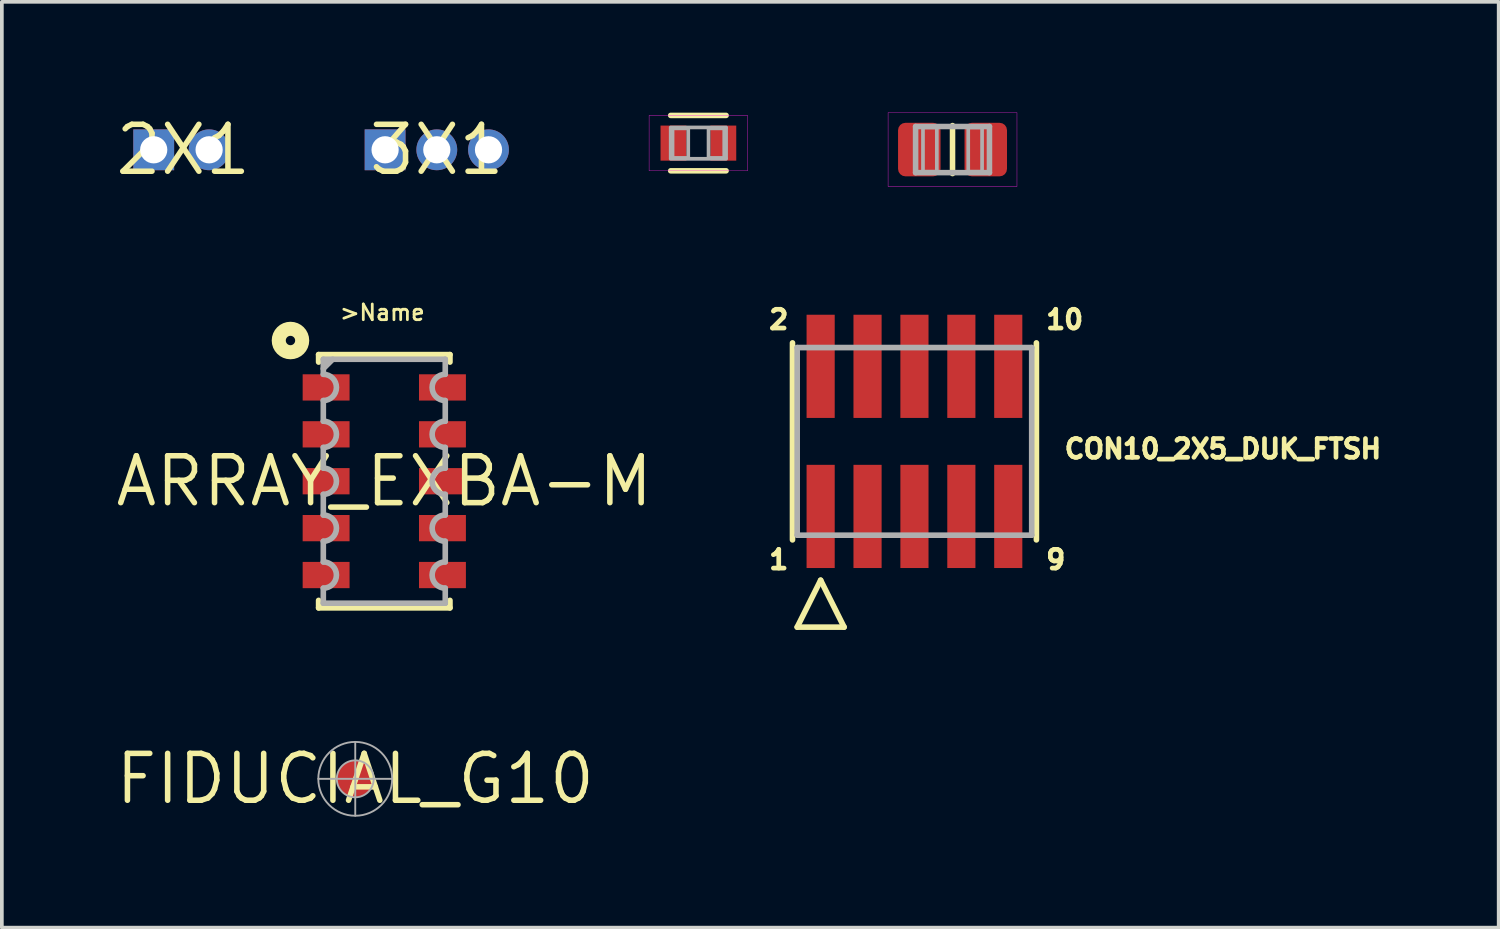
<source format=kicad_pcb>
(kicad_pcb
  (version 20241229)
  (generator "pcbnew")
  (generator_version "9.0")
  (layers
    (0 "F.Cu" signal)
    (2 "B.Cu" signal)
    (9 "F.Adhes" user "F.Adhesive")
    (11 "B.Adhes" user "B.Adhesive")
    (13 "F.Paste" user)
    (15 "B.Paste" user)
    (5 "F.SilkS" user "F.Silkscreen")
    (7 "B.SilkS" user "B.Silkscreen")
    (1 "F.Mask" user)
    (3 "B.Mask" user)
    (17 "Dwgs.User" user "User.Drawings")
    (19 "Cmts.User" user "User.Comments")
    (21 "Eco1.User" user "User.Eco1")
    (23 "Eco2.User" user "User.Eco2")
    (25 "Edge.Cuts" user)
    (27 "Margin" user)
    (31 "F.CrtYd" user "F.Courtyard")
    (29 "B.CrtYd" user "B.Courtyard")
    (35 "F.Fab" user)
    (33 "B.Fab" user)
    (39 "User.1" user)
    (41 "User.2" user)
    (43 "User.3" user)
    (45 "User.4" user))
  (footprint ".0805-B"
    (layer "F.Cu")
    (at 22.741 1)
    (property "Reference" ".0805-B" (at 0 0 0) (layer "F.Mask") (effects (font (size 0.34 0.34) (thickness 0.06))))
    (fp_line (start -1 -0.625) (end 1 -0.625) (stroke (width 0.15) (type solid)) (layer "F.Mask"))
    (fp_line (start -1 0.625) (end -1 -0.625) (stroke (width 0.15) (type solid)) (layer "F.Mask"))
    (fp_line (start 1 -0.625) (end 1 0.625) (stroke (width 0.15) (type solid)) (layer "F.Mask"))
    (fp_line (start 1 0.625) (end -1 0.625) (stroke (width 0.15) (type solid)) (layer "F.Mask"))
    (fp_poly (pts (xy -0.26 0.79) (xy -1.54 0.79) (xy -1.54 -0.79) (xy -0.26 -0.79)) (stroke (width 0.1) (type solid)) (fill no) (layer "F.Mask"))
    (fp_poly (pts (xy 1.54 0.79) (xy 0.26 0.79) (xy 0.26 -0.79) (xy 1.54 -0.79)) (stroke (width 0.1) (type solid)) (fill no) (layer "F.Mask"))
    (fp_line (start 0 -0.65) (end 0 0.65) (stroke (width 0.15) (type solid)) (layer "F.SilkS"))
    (fp_line (start -1.745 -0.995) (end -1.745 0.995) (stroke (width 0.01) (type solid)) (layer "F.CrtYd"))
    (fp_line (start -1.745 0.995) (end 1.745 0.995) (stroke (width 0.01) (type solid)) (layer "F.CrtYd"))
    (fp_line (start 1.745 -0.995) (end -1.745 -0.995) (stroke (width 0.01) (type solid)) (layer "F.CrtYd"))
    (fp_line (start 1.745 0.995) (end 1.745 -0.995) (stroke (width 0.01) (type solid)) (layer "F.CrtYd"))
    (fp_line (start -1 -0.625) (end 1 -0.625) (stroke (width 0.15) (type solid)) (layer "F.Fab"))
    (fp_line (start -1 0.625) (end -1 -0.625) (stroke (width 0.15) (type solid)) (layer "F.Fab"))
    (fp_line (start 1 -0.625) (end 1 0.625) (stroke (width 0.15) (type solid)) (layer "F.Fab"))
    (fp_line (start 1 0.625) (end -1 0.625) (stroke (width 0.15) (type solid)) (layer "F.Fab"))
    (fp_poly (pts (xy -0.8 0.6) (xy -0.425 0.6) (xy -0.425 -0.6) (xy -0.8 -0.6)) (stroke (width 0.1) (type solid)) (fill no) (layer "F.Fab"))
    (fp_poly (pts (xy 0.425 0.6) (xy 0.8 0.6) (xy 0.8 -0.6) (xy 0.425 -0.6)) (stroke (width 0.1) (type solid)) (fill no) (layer "F.Fab"))
    (pad "1" smd roundrect (at -0.9 0) (size 1.15 1.45) (layers "F.Cu" "F.Paste") (roundrect_rratio 0.175))
    (pad "2" smd roundrect (at 0.9 0) (size 1.15 1.45) (layers "F.Cu" "F.Paste") (roundrect_rratio 0.175)))
  (footprint "FIDUCIAL_G10"
    (layer "F.Cu")
    (at 6.569 18.038)
    (property "Reference" "FIDUCIAL_G10" (at 0 0 0) (layer "F.SilkS") (effects (font (size 1.27 1.27) (thickness 0.15))))
    (fp_circle (center 0 0) (end 0.25 0) (stroke (width 0.5) (type solid)) (fill no) (layer "F.Cu"))
    (fp_circle (center 0 0) (end 0.515 0) (stroke (width 1.031) (type solid)) (fill no) (layer "F.Mask"))
    (fp_line (start -1 0) (end 1 0) (stroke (width 0.051) (type solid)) (layer "F.Fab"))
    (fp_line (start 0 -1) (end 0 1) (stroke (width 0.051) (type solid)) (layer "F.Fab"))
    (fp_circle (center 0 0) (end 0.5 0) (stroke (width 0.051) (type solid)) (fill no) (layer "F.Fab"))
    (fp_circle (center 0 0) (end 1 0) (stroke (width 0.051) (type solid)) (fill no) (layer "F.Fab"))
    (zone (net_name "") (layer "F.Cu") (hatch edge 0.508) (connect_pads) (min_thickness 0.254) (filled_areas_thickness no) (keepout (tracks not_allowed) (vias not_allowed) (pads not_allowed) (copperpour not_allowed) (footprints allowed)) (placement (enabled no)) (fill) (polygon (pts (xy 7.359 18.038) (xy 7.347 17.9) (xy 7.312 17.767) (xy 7.254 17.642) (xy 7.175 17.529) (xy 7.077 17.432) (xy 6.964 17.353) (xy 6.839 17.295) (xy 6.706 17.259) (xy 6.569 17.247) (xy 6.432 17.259) (xy 6.299 17.295) (xy 6.174 17.353) (xy 6.061 17.432) (xy 5.963 17.529) (xy 5.884 17.642) (xy 5.826 17.767) (xy 5.79 17.9) (xy 5.778 18.038) (xy 5.79 18.175) (xy 5.826 18.308) (xy 5.884 18.433) (xy 5.963 18.546) (xy 6.061 18.643) (xy 6.174 18.722) (xy 6.299 18.78) (xy 6.432 18.816) (xy 6.569 18.828) (xy 6.706 18.816) (xy 6.839 18.78) (xy 6.964 18.722) (xy 7.077 18.643) (xy 7.175 18.546) (xy 7.254 18.433) (xy 7.312 18.308) (xy 7.347 18.175)))))
  (footprint "CON10_2X5_DUK_FTSH"
    (layer "F.Cu")
    (at 21.71 8.901)
    (property "Reference" "CON10_2X5_DUK_FTSH" (at 4 0.5 0) (layer "F.SilkS") (effects (font (size 0.508 0.508) (thickness 0.127)) (justify left bottom)))
    (fp_line (start -3.302 -2.667) (end -3.302 2.667) (stroke (width 0.152) (type solid)) (layer "F.SilkS"))
    (fp_line (start -3.175 5.029) (end -1.905 5.029) (stroke (width 0.152) (type solid)) (layer "F.SilkS"))
    (fp_line (start -2.54 3.759) (end -3.175 5.029) (stroke (width 0.152) (type solid)) (layer "F.SilkS"))
    (fp_line (start -1.905 5.029) (end -2.54 3.759) (stroke (width 0.152) (type solid)) (layer "F.SilkS"))
    (fp_line (start 3.302 2.667) (end 3.302 -2.667) (stroke (width 0.152) (type solid)) (layer "F.SilkS"))
    (fp_line (start -3.175 -2.54) (end -3.175 2.54) (stroke (width 0.152) (type solid)) (layer "F.Fab"))
    (fp_line (start -3.175 2.54) (end 3.175 2.54) (stroke (width 0.152) (type solid)) (layer "F.Fab"))
    (fp_line (start 3.175 -2.54) (end -3.175 -2.54) (stroke (width 0.152) (type solid)) (layer "F.Fab"))
    (fp_line (start 3.175 2.54) (end 3.175 -2.54) (stroke (width 0.152) (type solid)) (layer "F.Fab"))
    (fp_text user "10" (at 3.5 -3 0) (layer "F.SilkS") (effects (font (size 0.508 0.508) (thickness 0.127)) (justify left bottom)))
    (fp_text user "1" (at -4 3.5 0) (layer "F.SilkS") (effects (font (size 0.508 0.508) (thickness 0.127)) (justify left bottom)))
    (fp_text user "9" (at 3.5 3.5 0) (layer "F.SilkS") (effects (font (size 0.508 0.508) (thickness 0.127)) (justify left bottom)))
    (fp_text user "2" (at -4 -3 0) (layer "F.SilkS") (effects (font (size 0.508 0.508) (thickness 0.127)) (justify left bottom)))
    (pad "1" smd rect (at -2.54 2.032) (size 0.762 2.794) (layers "F.Cu" "F.Mask" "F.Paste"))
    (pad "2" smd rect (at -2.54 -2.032) (size 0.762 2.794) (layers "F.Cu" "F.Mask" "F.Paste"))
    (pad "3" smd rect (at -1.27 2.032) (size 0.762 2.794) (layers "F.Cu" "F.Mask" "F.Paste"))
    (pad "4" smd rect (at -1.27 -2.032) (size 0.762 2.794) (layers "F.Cu" "F.Mask" "F.Paste"))
    (pad "5" smd rect (at 0 2.032) (size 0.762 2.794) (layers "F.Cu" "F.Mask" "F.Paste"))
    (pad "6" smd rect (at 0 -2.032) (size 0.762 2.794) (layers "F.Cu" "F.Mask" "F.Paste"))
    (pad "7" smd rect (at 1.27 2.032) (size 0.762 2.794) (layers "F.Cu" "F.Mask" "F.Paste"))
    (pad "8" smd rect (at 1.27 -2.032) (size 0.762 2.794) (layers "F.Cu" "F.Mask" "F.Paste"))
    (pad "9" smd rect (at 2.54 2.032) (size 0.762 2.794) (layers "F.Cu" "F.Mask" "F.Paste"))
    (pad "10" smd rect (at 2.54 -2.032) (size 0.762 2.794) (layers "F.Cu" "F.Mask" "F.Paste")))
  (footprint "2X1"
    (layer "F.Cu")
    (at 1.912 1.006)
    (property "Reference" "2X1" (at 0 0 0) (layer "F.SilkS") (effects (font (size 1.27 1.27) (thickness 0.15))))
    (pad "P$1" thru_hole rect (at -0.8 0) (size 1.105 1.105) (drill 0.737) (layers "*.Cu" "*.Mask"))
    (pad "P$2" thru_hole circle (at 0.7 0) (size 1.105 1.105) (drill 0.737) (layers "*.Cu" "*.Mask")))
  (footprint "3X1"
    (layer "F.Cu")
    (at 8.777 1.006)
    (property "Reference" "3X1" (at 0 0 0) (layer "F.SilkS") (effects (font (size 1.27 1.27) (thickness 0.15))))
    (pad "P$1" thru_hole rect (at -1.4 0) (size 1.105 1.105) (drill 0.737) (layers "*.Cu" "*.Mask"))
    (pad "P$2" thru_hole circle (at 0 0) (size 1.105 1.105) (drill 0.737) (layers "*.Cu" "*.Mask"))
    (pad "P$3" thru_hole circle (at 1.4 0) (size 1.105 1.105) (drill 0.737) (layers "*.Cu" "*.Mask")))
  (footprint "0603-THERMISTOR-B"
    (layer "F.Cu")
    (at 15.86 0.825)
    (property "Reference" "0603-THERMISTOR-B" (at 0 0 0) (layer "F.Mask") (effects (font (size 0.255 0.255) (thickness 0.045))))
    (fp_line (start -0.762 0.41) (end -0.762 -0.41) (stroke (width 0.075) (type solid)) (layer "F.Mask"))
    (fp_line (start -0.75 -0.425) (end 0.75 -0.425) (stroke (width 0.1) (type solid)) (layer "F.Mask"))
    (fp_line (start 0.75 0.425) (end -0.75 0.425) (stroke (width 0.1) (type solid)) (layer "F.Mask"))
    (fp_line (start 0.762 -0.41) (end 0.762 0.41) (stroke (width 0.075) (type solid)) (layer "F.Mask"))
    (fp_poly (pts (xy -1.09 0.54) (xy -0.26 0.54) (xy -0.26 -0.54) (xy -1.09 -0.54)) (stroke (width 0.1) (type solid)) (fill no) (layer "F.Mask"))
    (fp_poly (pts (xy 0.26 0.54) (xy 1.09 0.54) (xy 1.09 -0.54) (xy 0.26 -0.54)) (stroke (width 0.1) (type solid)) (fill no) (layer "F.Mask"))
    (fp_line (start -0.75 0.75) (end 0.75 0.75) (stroke (width 0.15) (type solid)) (layer "F.SilkS"))
    (fp_line (start 0.75 -0.75) (end -0.75 -0.75) (stroke (width 0.15) (type solid)) (layer "F.SilkS"))
    (fp_line (start -1.335 -0.745) (end -1.335 0.745) (stroke (width 0.01) (type solid)) (layer "F.CrtYd"))
    (fp_line (start -1.335 0.745) (end 1.335 0.745) (stroke (width 0.01) (type solid)) (layer "F.CrtYd"))
    (fp_line (start 1.335 -0.745) (end -1.335 -0.745) (stroke (width 0.01) (type solid)) (layer "F.CrtYd"))
    (fp_line (start 1.335 0.745) (end 1.335 -0.745) (stroke (width 0.01) (type solid)) (layer "F.CrtYd"))
    (fp_line (start -0.762 0.41) (end -0.762 -0.41) (stroke (width 0.075) (type solid)) (layer "F.Fab"))
    (fp_line (start -0.75 -0.425) (end 0.75 -0.425) (stroke (width 0.1) (type solid)) (layer "F.Fab"))
    (fp_line (start 0.75 0.425) (end -0.75 0.425) (stroke (width 0.1) (type solid)) (layer "F.Fab"))
    (fp_line (start 0.762 -0.41) (end 0.762 0.41) (stroke (width 0.075) (type solid)) (layer "F.Fab"))
    (fp_poly (pts (xy -0.7 0.4) (xy -0.275 0.4) (xy -0.275 -0.4) (xy -0.7 -0.4)) (stroke (width 0.1) (type solid)) (fill no) (layer "F.Fab"))
    (fp_poly (pts (xy 0.275 0.4) (xy 0.7 0.4) (xy 0.7 -0.4) (xy 0.275 -0.4)) (stroke (width 0.1) (type solid)) (fill no) (layer "F.Fab"))
    (pad "1" smd rect (at -0.675 0) (size 0.7 0.95) (layers "F.Cu" "F.Paste"))
    (pad "2" smd rect (at 0.675 0) (size 0.7 0.95) (layers "F.Cu" "F.Paste")))
  (footprint "ARRAY_EXBA-M"
    (layer "F.Cu")
    (at 7.355 9.98)
    (property "Reference" "ARRAY_EXBA-M" (at 0 0 0) (layer "F.SilkS") (effects (font (size 1.27 1.27) (thickness 0.15))))
    (fp_line (start -1.778 -3.429) (end 1.778 -3.429) (stroke (width 0.152) (type solid)) (layer "F.SilkS"))
    (fp_line (start -1.778 -3.226) (end -1.778 -3.429) (stroke (width 0.152) (type solid)) (layer "F.SilkS"))
    (fp_line (start -1.778 3.226) (end -1.778 3.429) (stroke (width 0.152) (type solid)) (layer "F.SilkS"))
    (fp_line (start -1.778 3.429) (end 1.778 3.429) (stroke (width 0.152) (type solid)) (layer "F.SilkS"))
    (fp_line (start 1.778 -3.226) (end 1.778 -3.429) (stroke (width 0.152) (type solid)) (layer "F.SilkS"))
    (fp_line (start 1.778 3.226) (end 1.778 3.429) (stroke (width 0.152) (type solid)) (layer "F.SilkS"))
    (fp_circle (center -2.54 -3.81) (end -2.413 -3.81) (stroke (width 0.381) (type solid)) (fill no) (layer "F.SilkS"))
    (fp_line (start -1.651 -3.302) (end 1.651 -3.302) (stroke (width 0.152) (type solid)) (layer "F.Fab"))
    (fp_line (start -1.651 -2.896) (end -1.651 -3.302) (stroke (width 0.152) (type solid)) (layer "F.Fab"))
    (fp_line (start -1.651 -2.184) (end -1.651 -1.626) (stroke (width 0.152) (type solid)) (layer "F.Fab"))
    (fp_line (start -1.651 -0.914) (end -1.651 -0.356) (stroke (width 0.152) (type solid)) (layer "F.Fab"))
    (fp_line (start -1.651 0.356) (end -1.651 0.914) (stroke (width 0.152) (type solid)) (layer "F.Fab"))
    (fp_line (start -1.651 1.626) (end -1.651 2.184) (stroke (width 0.152) (type solid)) (layer "F.Fab"))
    (fp_line (start -1.651 2.896) (end -1.651 3.302) (stroke (width 0.152) (type solid)) (layer "F.Fab"))
    (fp_line (start -1.651 3.302) (end 1.651 3.302) (stroke (width 0.152) (type solid)) (layer "F.Fab"))
    (fp_line (start -1.397 -3.302) (end -1.651 -3.048) (stroke (width 0.152) (type solid)) (layer "F.Fab"))
    (fp_line (start 1.651 -2.896) (end 1.651 -3.302) (stroke (width 0.152) (type solid)) (layer "F.Fab"))
    (fp_line (start 1.651 -2.184) (end 1.651 -1.626) (stroke (width 0.152) (type solid)) (layer "F.Fab"))
    (fp_line (start 1.651 -0.914) (end 1.651 -0.356) (stroke (width 0.152) (type solid)) (layer "F.Fab"))
    (fp_line (start 1.651 0.356) (end 1.651 0.914) (stroke (width 0.152) (type solid)) (layer "F.Fab"))
    (fp_line (start 1.651 1.626) (end 1.651 2.184) (stroke (width 0.152) (type solid)) (layer "F.Fab"))
    (fp_line (start 1.651 2.896) (end 1.651 3.302) (stroke (width 0.152) (type solid)) (layer "F.Fab"))
    (fp_arc (start -1.651 -2.8956) (mid -1.2954 -2.54) (end -1.651 -2.1844) (stroke (width 0.1524) (type solid)) (layer "F.Fab"))
    (fp_arc (start -1.651 -1.6256) (mid -1.2954 -1.27) (end -1.651 -0.9144) (stroke (width 0.1524) (type solid)) (layer "F.Fab"))
    (fp_arc (start -1.651 -0.3556) (mid -1.2954 0) (end -1.651 0.3556) (stroke (width 0.1524) (type solid)) (layer "F.Fab"))
    (fp_arc (start -1.651 0.9144) (mid -1.2954 1.27) (end -1.651 1.6256) (stroke (width 0.1524) (type solid)) (layer "F.Fab"))
    (fp_arc (start -1.651 2.1844) (mid -1.2954 2.54) (end -1.651 2.8956) (stroke (width 0.1524) (type solid)) (layer "F.Fab"))
    (fp_arc (start 1.651 -2.1844) (mid 1.2954 -2.54) (end 1.651 -2.8956) (stroke (width 0.1524) (type solid)) (layer "F.Fab"))
    (fp_arc (start 1.651 -0.9144) (mid 1.2954 -1.27) (end 1.651 -1.6256) (stroke (width 0.1524) (type solid)) (layer "F.Fab"))
    (fp_arc (start 1.651 0.3556) (mid 1.2954 0) (end 1.651 -0.3556) (stroke (width 0.1524) (type solid)) (layer "F.Fab"))
    (fp_arc (start 1.651 1.6256) (mid 1.2954 1.27) (end 1.651 0.9144) (stroke (width 0.1524) (type solid)) (layer "F.Fab"))
    (fp_arc (start 1.651 2.8956) (mid 1.2954 2.54) (end 1.651 2.1844) (stroke (width 0.1524) (type solid)) (layer "F.Fab"))
    (fp_text user ">Name" (at -1.245 -4.318 0) (layer "F.SilkS") (effects (font (size 0.425 0.425) (thickness 0.075)) (justify left bottom)))
    (pad "1" smd rect (at -1.575 -2.54) (size 1.27 0.711) (layers "F.Cu" "F.Mask" "F.Paste"))
    (pad "2" smd rect (at -1.575 -1.27) (size 1.27 0.711) (layers "F.Cu" "F.Mask" "F.Paste"))
    (pad "3" smd rect (at -1.575 0) (size 1.27 0.711) (layers "F.Cu" "F.Mask" "F.Paste"))
    (pad "4" smd rect (at -1.575 1.27) (size 1.27 0.711) (layers "F.Cu" "F.Mask" "F.Paste"))
    (pad "5" smd rect (at -1.575 2.54) (size 1.27 0.711) (layers "F.Cu" "F.Mask" "F.Paste"))
    (pad "6" smd rect (at 1.575 2.54 180) (size 1.27 0.711) (layers "F.Cu" "F.Mask" "F.Paste"))
    (pad "7" smd rect (at 1.575 1.27 180) (size 1.27 0.711) (layers "F.Cu" "F.Mask" "F.Paste"))
    (pad "8" smd rect (at 1.575 0 180) (size 1.27 0.711) (layers "F.Cu" "F.Mask" "F.Paste"))
    (pad "9" smd rect (at 1.575 -1.27 180) (size 1.27 0.711) (layers "F.Cu" "F.Mask" "F.Paste"))
    (pad "10" smd rect (at 1.575 -2.54 180) (size 1.27 0.711) (layers "F.Cu" "F.Mask" "F.Paste")))
  (gr_rect
    (start -3 -3)
    (end 37.529 22.068)
    (stroke (width 0.1) (type default))
    (fill no)
    (layer "Edge.Cuts")))
</source>
